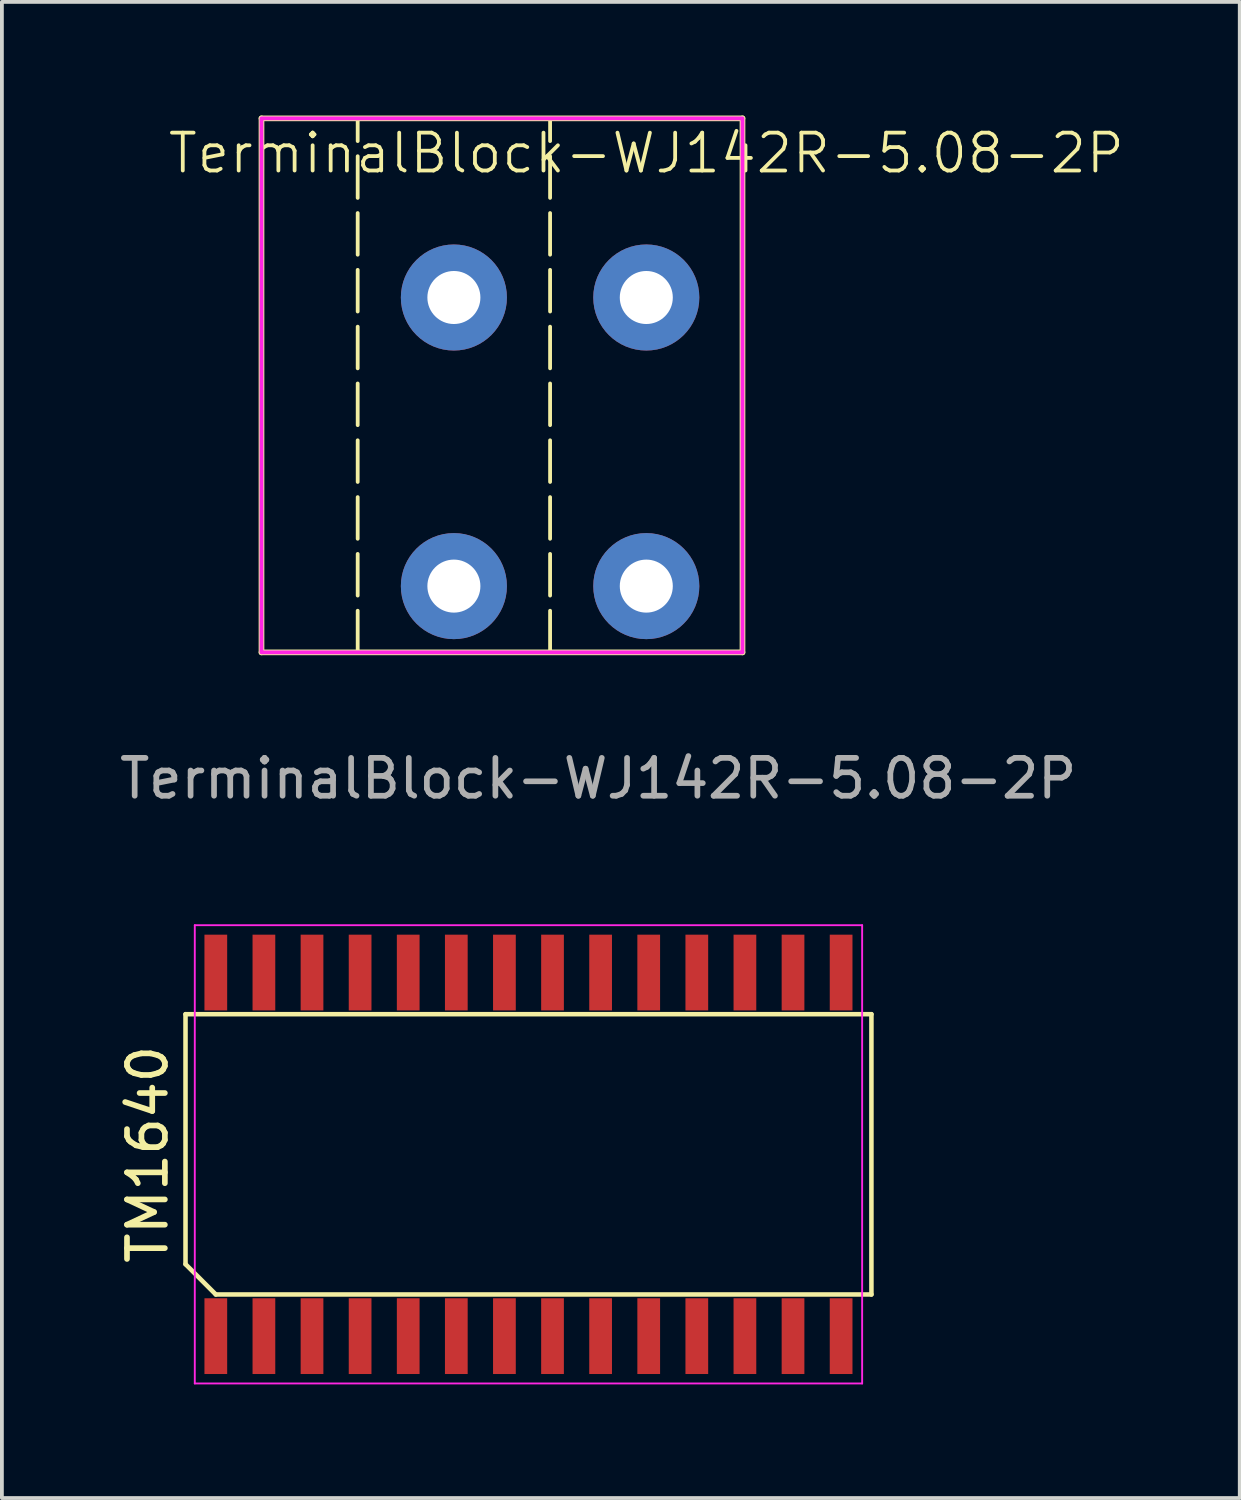
<source format=kicad_pcb>
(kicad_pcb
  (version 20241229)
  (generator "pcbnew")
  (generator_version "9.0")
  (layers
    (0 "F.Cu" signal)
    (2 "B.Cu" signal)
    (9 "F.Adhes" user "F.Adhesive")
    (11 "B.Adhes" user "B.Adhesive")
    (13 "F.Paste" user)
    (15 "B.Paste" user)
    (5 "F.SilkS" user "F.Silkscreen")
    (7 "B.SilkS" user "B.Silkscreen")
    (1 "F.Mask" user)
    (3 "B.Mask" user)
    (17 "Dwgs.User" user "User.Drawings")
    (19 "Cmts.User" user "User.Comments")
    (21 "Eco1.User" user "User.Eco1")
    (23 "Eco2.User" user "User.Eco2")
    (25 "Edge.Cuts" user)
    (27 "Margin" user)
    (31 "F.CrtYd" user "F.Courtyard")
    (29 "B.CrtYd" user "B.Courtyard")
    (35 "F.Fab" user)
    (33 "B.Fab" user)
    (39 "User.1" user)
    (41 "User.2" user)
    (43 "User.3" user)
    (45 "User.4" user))
  (footprint "TM1640"
    (layer "F.Cu")
    (at 10.903 27.428)
    (property "Reference" "TM1640" (at -10.055 0 90) (layer "F.SilkS") (effects (font (size 1 1) (thickness 0.15))))
    (attr smd)
    (fp_line (start -9.055 -3.7) (end 9.055 -3.7) (stroke (width 0.12) (type solid)) (layer "F.SilkS"))
    (fp_line (start -9.055 2.9) (end -9.055 -3.7) (stroke (width 0.12) (type solid)) (layer "F.SilkS"))
    (fp_line (start -8.255 3.7) (end -9.055 2.9) (stroke (width 0.12) (type solid)) (layer "F.SilkS"))
    (fp_line (start 9.055 -3.7) (end 9.055 3.7) (stroke (width 0.12) (type solid)) (layer "F.SilkS"))
    (fp_line (start 9.055 3.7) (end -8.255 3.7) (stroke (width 0.12) (type solid)) (layer "F.SilkS"))
    (fp_line (start -8.81 -6.05) (end 8.81 -6.05) (stroke (width 0.05) (type solid)) (layer "F.CrtYd"))
    (fp_line (start -8.81 6.05) (end -8.81 -6.05) (stroke (width 0.05) (type solid)) (layer "F.CrtYd"))
    (fp_line (start 8.81 -6.05) (end 8.81 6.05) (stroke (width 0.05) (type solid)) (layer "F.CrtYd"))
    (fp_line (start 8.81 6.05) (end -8.81 6.05) (stroke (width 0.05) (type solid)) (layer "F.CrtYd"))
    (pad "1" smd rect (at -8.255 4.8) (size 0.6 2) (layers "F.Cu" "F.Mask" "F.Paste"))
    (pad "2" smd rect (at -6.985 4.8) (size 0.6 2) (layers "F.Cu" "F.Mask" "F.Paste"))
    (pad "3" smd rect (at -5.715 4.8) (size 0.6 2) (layers "F.Cu" "F.Mask" "F.Paste"))
    (pad "4" smd rect (at -4.445 4.8) (size 0.6 2) (layers "F.Cu" "F.Mask" "F.Paste"))
    (pad "5" smd rect (at -3.175 4.8) (size 0.6 2) (layers "F.Cu" "F.Mask" "F.Paste"))
    (pad "6" smd rect (at -1.905 4.8) (size 0.6 2) (layers "F.Cu" "F.Mask" "F.Paste"))
    (pad "7" smd rect (at -0.635 4.8) (size 0.6 2) (layers "F.Cu" "F.Mask" "F.Paste"))
    (pad "8" smd rect (at 0.635 4.8) (size 0.6 2) (layers "F.Cu" "F.Mask" "F.Paste"))
    (pad "9" smd rect (at 1.905 4.8) (size 0.6 2) (layers "F.Cu" "F.Mask" "F.Paste"))
    (pad "10" smd rect (at 3.175 4.8) (size 0.6 2) (layers "F.Cu" "F.Mask" "F.Paste"))
    (pad "11" smd rect (at 4.445 4.8) (size 0.6 2) (layers "F.Cu" "F.Mask" "F.Paste"))
    (pad "12" smd rect (at 5.715 4.8) (size 0.6 2) (layers "F.Cu" "F.Mask" "F.Paste"))
    (pad "13" smd rect (at 6.985 4.8) (size 0.6 2) (layers "F.Cu" "F.Mask" "F.Paste"))
    (pad "14" smd rect (at 8.255 4.8) (size 0.6 2) (layers "F.Cu" "F.Mask" "F.Paste"))
    (pad "15" smd rect (at 8.255 -4.8) (size 0.6 2) (layers "F.Cu" "F.Mask" "F.Paste"))
    (pad "16" smd rect (at 6.985 -4.8) (size 0.6 2) (layers "F.Cu" "F.Mask" "F.Paste"))
    (pad "17" smd rect (at 5.715 -4.8) (size 0.6 2) (layers "F.Cu" "F.Mask" "F.Paste"))
    (pad "18" smd rect (at 4.445 -4.8) (size 0.6 2) (layers "F.Cu" "F.Mask" "F.Paste"))
    (pad "19" smd rect (at 3.175 -4.8) (size 0.6 2) (layers "F.Cu" "F.Mask" "F.Paste"))
    (pad "20" smd rect (at 1.905 -4.8) (size 0.6 2) (layers "F.Cu" "F.Mask" "F.Paste"))
    (pad "21" smd rect (at 0.635 -4.8) (size 0.6 2) (layers "F.Cu" "F.Mask" "F.Paste"))
    (pad "22" smd rect (at -0.635 -4.8) (size 0.6 2) (layers "F.Cu" "F.Mask" "F.Paste"))
    (pad "23" smd rect (at -1.905 -4.8) (size 0.6 2) (layers "F.Cu" "F.Mask" "F.Paste"))
    (pad "24" smd rect (at -3.175 -4.8) (size 0.6 2) (layers "F.Cu" "F.Mask" "F.Paste"))
    (pad "25" smd rect (at -4.445 -4.8) (size 0.6 2) (layers "F.Cu" "F.Mask" "F.Paste"))
    (pad "26" smd rect (at -5.715 -4.8) (size 0.6 2) (layers "F.Cu" "F.Mask" "F.Paste"))
    (pad "27" smd rect (at -6.985 -4.8) (size 0.6 2) (layers "F.Cu" "F.Mask" "F.Paste"))
    (pad "28" smd rect (at -8.255 -4.8) (size 0.6 2) (layers "F.Cu" "F.Mask" "F.Paste")))
  (footprint "TerminalBlock-WJ142R-5.08-2P"
    (layer "F.Cu")
    (at 8.934 4.805)
    (property "Reference" "TerminalBlock-WJ142R-5.08-2P" (at 5.08 -3.81 0) (unlocked yes) (layer "F.SilkS") (effects (font (size 1 1) (thickness 0.1))))
    (attr through_hole)
    (fp_line (start -5.08 9.37) (end -5.08 -4.73) (stroke (width 0.15) (type default)) (layer "F.SilkS"))
    (fp_line (start -2.54 9.37) (end -2.54 -4.73) (stroke (width 0.1) (type dash)) (layer "F.SilkS"))
    (fp_line (start 2.54 9.37) (end 2.54 -4.73) (stroke (width 0.1) (type dash)) (layer "F.SilkS"))
    (fp_line (start 7.62 -4.73) (end -5.08 -4.73) (stroke (width 0.15) (type default)) (layer "F.SilkS"))
    (fp_line (start 7.62 9.37) (end -5.08 9.37) (stroke (width 0.15) (type default)) (layer "F.SilkS"))
    (fp_line (start 7.62 9.37) (end 7.62 -4.73) (stroke (width 0.15) (type default)) (layer "F.SilkS"))
    (fp_poly (pts (xy -5.08 -4.73) (xy 7.62 -4.73) (xy 7.62 9.37) (xy -5.08 9.37)) (stroke (width 0.1) (type solid)) (fill no) (layer "F.CrtYd"))
    (fp_text user "${REFERENCE}" (at 3.81 12.7 0) (unlocked yes) (layer "F.Fab") (effects (font (size 1 1) (thickness 0.15))))
    (pad "1" thru_hole circle (at 0 0) (size 2.8 2.8) (drill 1.4) (layers "*.Cu" "*.Mask"))
    (pad "1" thru_hole circle (at 0 7.62) (size 2.8 2.8) (drill 1.4) (layers "*.Cu" "*.Mask"))
    (pad "2" thru_hole circle (at 5.08 0) (size 2.8 2.8) (drill 1.4) (layers "*.Cu" "*.Mask"))
    (pad "2" thru_hole circle (at 5.08 7.62) (size 2.8 2.8) (drill 1.4) (layers "*.Cu" "*.Mask")))
  (gr_rect
    (start -3 -3)
    (end 29.683 36.503)
    (stroke (width 0.1) (type default))
    (fill no)
    (layer "Edge.Cuts")))
</source>
